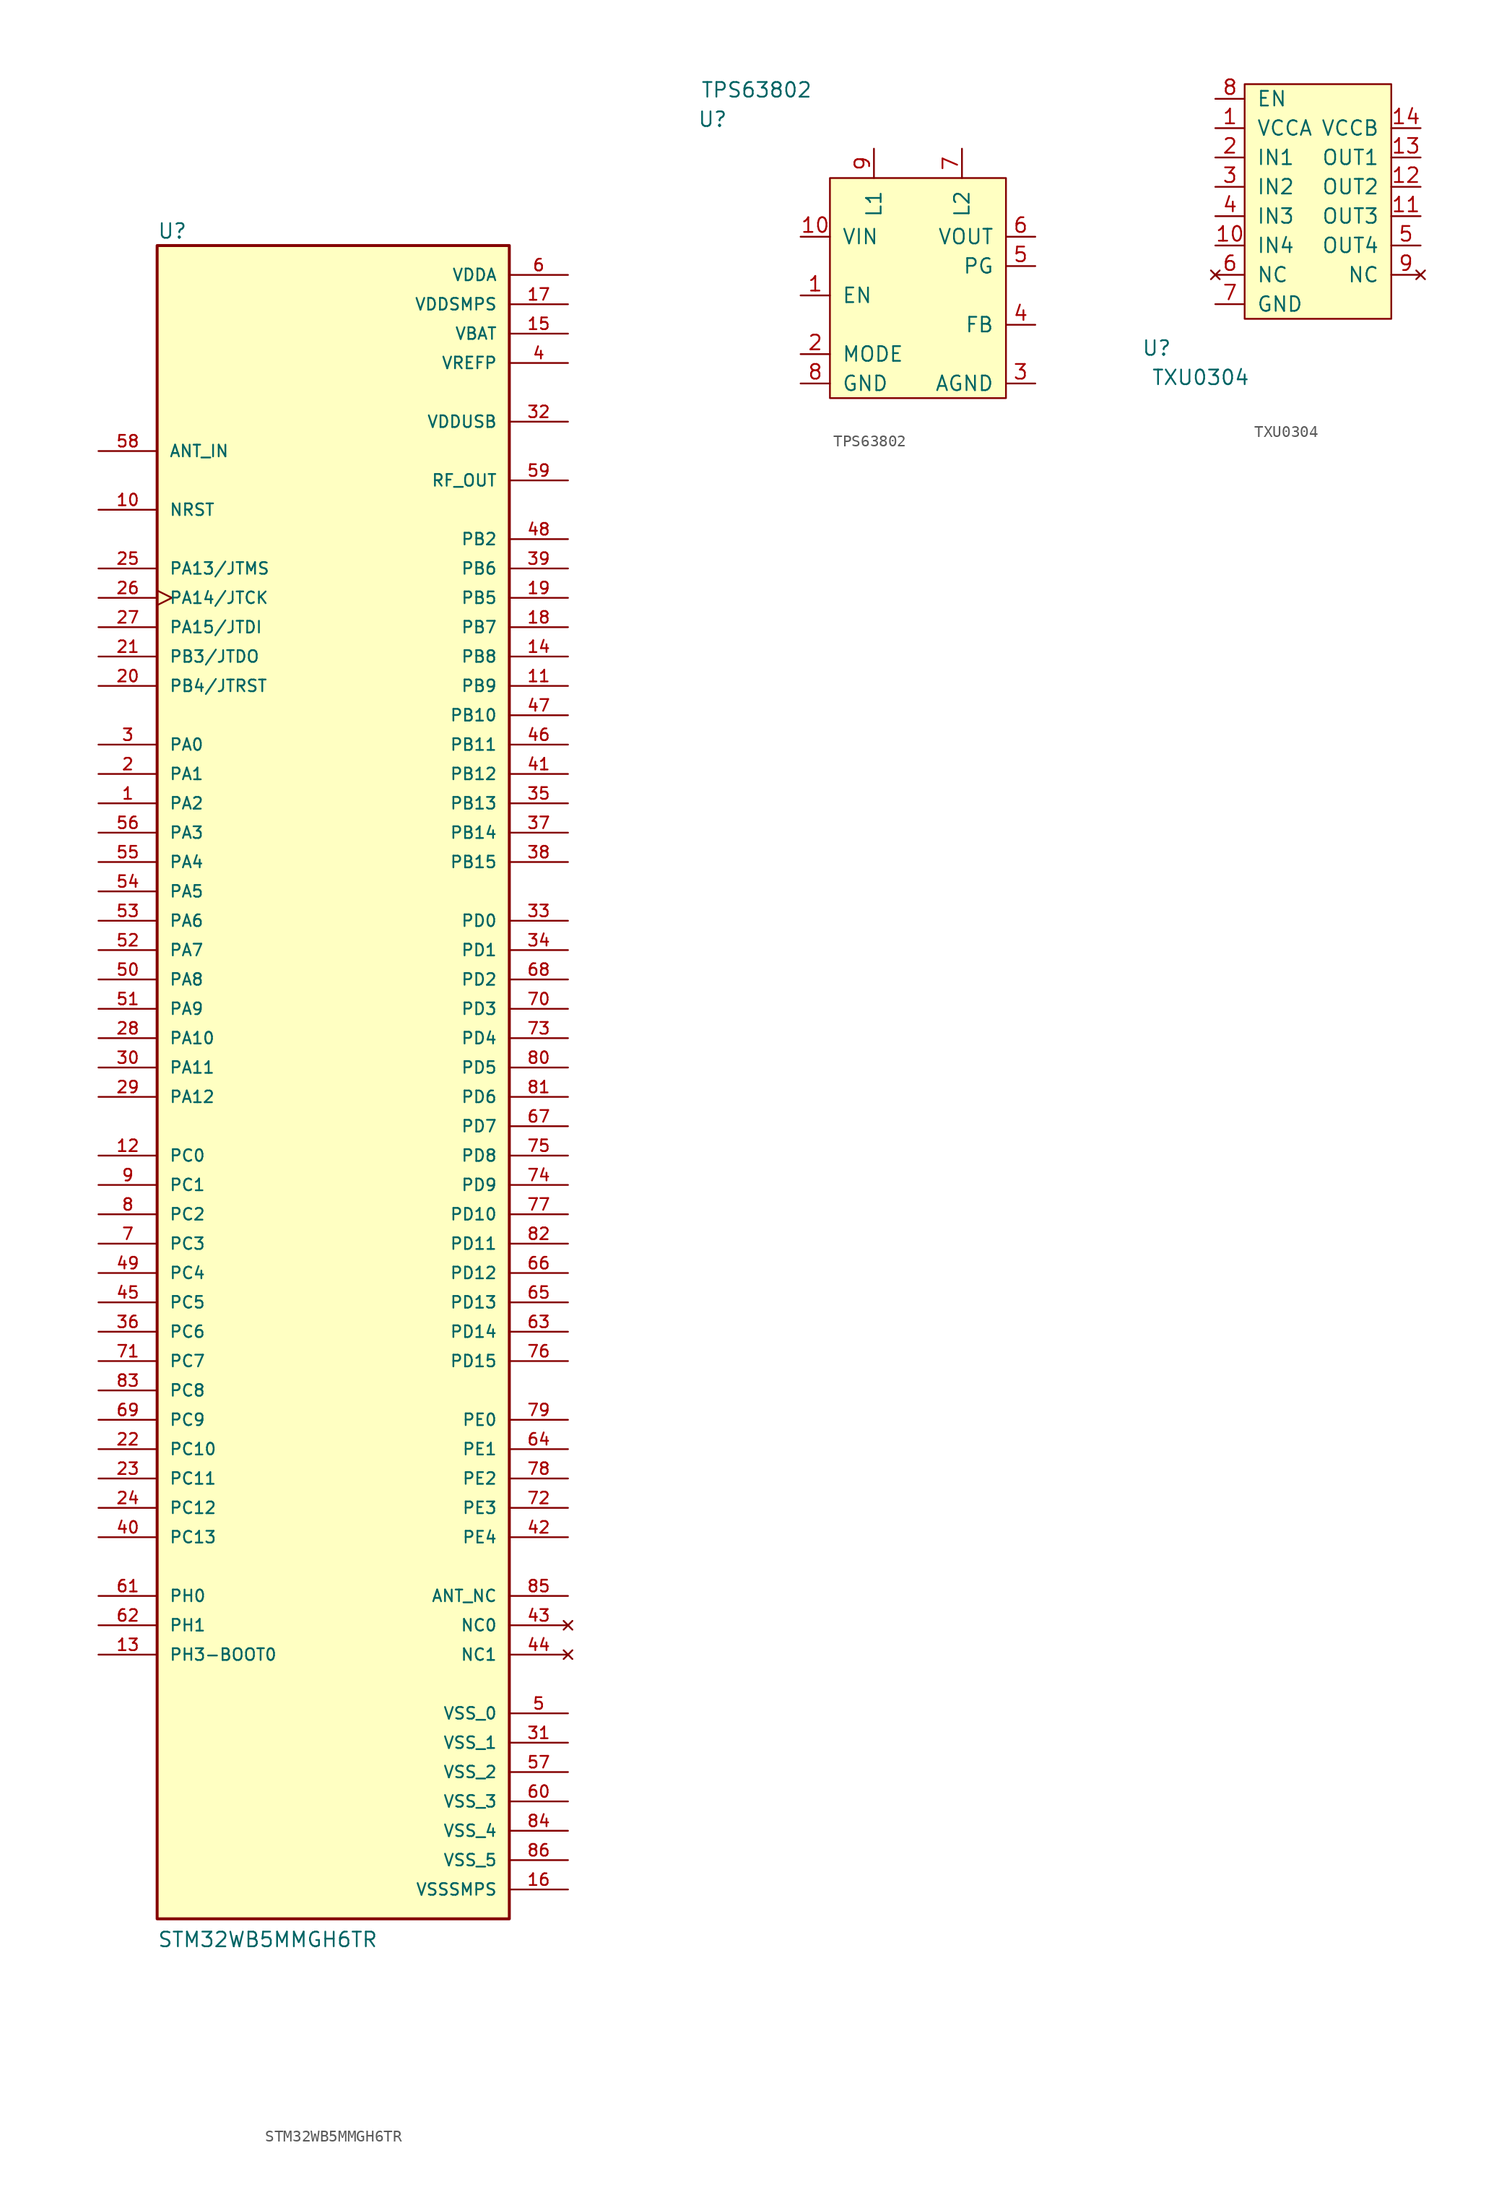
<source format=kicad_sym>
(kicad_symbol_lib
  (version 20220914)
  (generator kicad_symbol_editor)
  (symbol "STM32WB5MMGH6TR"
    (pin_names
      (offset 1.016))
    (property "Reference" "U"
      (at -15.24 71.628 0)
      (effects (font (size 1.27 1.27)) (justify left bottom)))
    (property "Value" "STM32WB5MMGH6TR"
      (at -15.24 -76.2 0)
      (effects (font (size 1.27 1.27)) (justify left bottom)))
    (symbol "STM32WB5MMGH6TR_0_0"
      (rectangle (start -15.24 -73.66) (end 15.24 71.12) (stroke (width 0.254) (type solid)) (fill (type background)))
      (pin bidirectional line (at -20.32 22.86 0) (length 5.08) (name "PA2" (effects (font (size 1.016 1.016)))) (number "1" (effects (font (size 1.016 1.016)))))
      (pin input line (at -20.32 48.26 0) (length 5.08) (name "NRST" (effects (font (size 1.016 1.016)))) (number "10" (effects (font (size 1.016 1.016)))))
      (pin bidirectional line (at 20.32 33.02 180) (length 5.08) (name "PB9" (effects (font (size 1.016 1.016)))) (number "11" (effects (font (size 1.016 1.016)))))
      (pin bidirectional line (at -20.32 -7.62 0) (length 5.08) (name "PC0" (effects (font (size 1.016 1.016)))) (number "12" (effects (font (size 1.016 1.016)))))
      (pin bidirectional line (at -20.32 -50.8 0) (length 5.08) (name "PH3-BOOT0" (effects (font (size 1.016 1.016)))) (number "13" (effects (font (size 1.016 1.016)))))
      (pin bidirectional line (at 20.32 35.56 180) (length 5.08) (name "PB8" (effects (font (size 1.016 1.016)))) (number "14" (effects (font (size 1.016 1.016)))))
      (pin power_in line (at 20.32 63.5 180) (length 5.08) (name "VBAT" (effects (font (size 1.016 1.016)))) (number "15" (effects (font (size 1.016 1.016)))))
      (pin power_in line (at 20.32 -71.12 180) (length 5.08) (name "VSSSMPS" (effects (font (size 1.016 1.016)))) (number "16" (effects (font (size 1.016 1.016)))))
      (pin power_in line (at 20.32 66.04 180) (length 5.08) (name "VDDSMPS" (effects (font (size 1.016 1.016)))) (number "17" (effects (font (size 1.016 1.016)))))
      (pin bidirectional line (at 20.32 38.1 180) (length 5.08) (name "PB7" (effects (font (size 1.016 1.016)))) (number "18" (effects (font (size 1.016 1.016)))))
      (pin bidirectional line (at 20.32 40.64 180) (length 5.08) (name "PB5" (effects (font (size 1.016 1.016)))) (number "19" (effects (font (size 1.016 1.016)))))
      (pin bidirectional line (at -20.32 25.4 0) (length 5.08) (name "PA1" (effects (font (size 1.016 1.016)))) (number "2" (effects (font (size 1.016 1.016)))))
      (pin input line (at -20.32 33.02 0) (length 5.08) (name "PB4/JTRST" (effects (font (size 1.016 1.016)))) (number "20" (effects (font (size 1.016 1.016)))))
      (pin output line (at -20.32 35.56 0) (length 5.08) (name "PB3/JTDO" (effects (font (size 1.016 1.016)))) (number "21" (effects (font (size 1.016 1.016)))))
      (pin bidirectional line (at -20.32 -33.02 0) (length 5.08) (name "PC10" (effects (font (size 1.016 1.016)))) (number "22" (effects (font (size 1.016 1.016)))))
      (pin bidirectional line (at -20.32 -35.56 0) (length 5.08) (name "PC11" (effects (font (size 1.016 1.016)))) (number "23" (effects (font (size 1.016 1.016)))))
      (pin bidirectional line (at -20.32 -38.1 0) (length 5.08) (name "PC12" (effects (font (size 1.016 1.016)))) (number "24" (effects (font (size 1.016 1.016)))))
      (pin input line (at -20.32 43.18 0) (length 5.08) (name "PA13/JTMS" (effects (font (size 1.016 1.016)))) (number "25" (effects (font (size 1.016 1.016)))))
      (pin input clock (at -20.32 40.64 0) (length 5.08) (name "PA14/JTCK" (effects (font (size 1.016 1.016)))) (number "26" (effects (font (size 1.016 1.016)))))
      (pin input line (at -20.32 38.1 0) (length 5.08) (name "PA15/JTDI" (effects (font (size 1.016 1.016)))) (number "27" (effects (font (size 1.016 1.016)))))
      (pin bidirectional line (at -20.32 2.54 0) (length 5.08) (name "PA10" (effects (font (size 1.016 1.016)))) (number "28" (effects (font (size 1.016 1.016)))))
      (pin bidirectional line (at -20.32 -2.54 0) (length 5.08) (name "PA12" (effects (font (size 1.016 1.016)))) (number "29" (effects (font (size 1.016 1.016)))))
      (pin bidirectional line (at -20.32 27.94 0) (length 5.08) (name "PA0" (effects (font (size 1.016 1.016)))) (number "3" (effects (font (size 1.016 1.016)))))
      (pin bidirectional line (at -20.32 0 0) (length 5.08) (name "PA11" (effects (font (size 1.016 1.016)))) (number "30" (effects (font (size 1.016 1.016)))))
      (pin power_in line (at 20.32 -58.42 180) (length 5.08) (name "VSS_1" (effects (font (size 1.016 1.016)))) (number "31" (effects (font (size 1.016 1.016)))))
      (pin power_in line (at 20.32 55.88 180) (length 5.08) (name "VDDUSB" (effects (font (size 1.016 1.016)))) (number "32" (effects (font (size 1.016 1.016)))))
      (pin bidirectional line (at 20.32 12.7 180) (length 5.08) (name "PD0" (effects (font (size 1.016 1.016)))) (number "33" (effects (font (size 1.016 1.016)))))
      (pin bidirectional line (at 20.32 10.16 180) (length 5.08) (name "PD1" (effects (font (size 1.016 1.016)))) (number "34" (effects (font (size 1.016 1.016)))))
      (pin bidirectional line (at 20.32 22.86 180) (length 5.08) (name "PB13" (effects (font (size 1.016 1.016)))) (number "35" (effects (font (size 1.016 1.016)))))
      (pin bidirectional line (at -20.32 -22.86 0) (length 5.08) (name "PC6" (effects (font (size 1.016 1.016)))) (number "36" (effects (font (size 1.016 1.016)))))
      (pin bidirectional line (at 20.32 20.32 180) (length 5.08) (name "PB14" (effects (font (size 1.016 1.016)))) (number "37" (effects (font (size 1.016 1.016)))))
      (pin bidirectional line (at 20.32 17.78 180) (length 5.08) (name "PB15" (effects (font (size 1.016 1.016)))) (number "38" (effects (font (size 1.016 1.016)))))
      (pin bidirectional line (at 20.32 43.18 180) (length 5.08) (name "PB6" (effects (font (size 1.016 1.016)))) (number "39" (effects (font (size 1.016 1.016)))))
      (pin power_in line (at 20.32 60.96 180) (length 5.08) (name "VREFP" (effects (font (size 1.016 1.016)))) (number "4" (effects (font (size 1.016 1.016)))))
      (pin bidirectional line (at -20.32 -40.64 0) (length 5.08) (name "PC13" (effects (font (size 1.016 1.016)))) (number "40" (effects (font (size 1.016 1.016)))))
      (pin bidirectional line (at 20.32 25.4 180) (length 5.08) (name "PB12" (effects (font (size 1.016 1.016)))) (number "41" (effects (font (size 1.016 1.016)))))
      (pin bidirectional line (at 20.32 -40.64 180) (length 5.08) (name "PE4" (effects (font (size 1.016 1.016)))) (number "42" (effects (font (size 1.016 1.016)))))
      (pin no_connect line (at 20.32 -48.26 180) (length 5.08) (name "NC0" (effects (font (size 1.016 1.016)))) (number "43" (effects (font (size 1.016 1.016)))))
      (pin no_connect line (at 20.32 -50.8 180) (length 5.08) (name "NC1" (effects (font (size 1.016 1.016)))) (number "44" (effects (font (size 1.016 1.016)))))
      (pin bidirectional line (at -20.32 -20.32 0) (length 5.08) (name "PC5" (effects (font (size 1.016 1.016)))) (number "45" (effects (font (size 1.016 1.016)))))
      (pin bidirectional line (at 20.32 27.94 180) (length 5.08) (name "PB11" (effects (font (size 1.016 1.016)))) (number "46" (effects (font (size 1.016 1.016)))))
      (pin bidirectional line (at 20.32 30.48 180) (length 5.08) (name "PB10" (effects (font (size 1.016 1.016)))) (number "47" (effects (font (size 1.016 1.016)))))
      (pin bidirectional line (at 20.32 45.72 180) (length 5.08) (name "PB2" (effects (font (size 1.016 1.016)))) (number "48" (effects (font (size 1.016 1.016)))))
      (pin bidirectional line (at -20.32 -17.78 0) (length 5.08) (name "PC4" (effects (font (size 1.016 1.016)))) (number "49" (effects (font (size 1.016 1.016)))))
      (pin power_in line (at 20.32 -55.88 180) (length 5.08) (name "VSS_0" (effects (font (size 1.016 1.016)))) (number "5" (effects (font (size 1.016 1.016)))))
      (pin bidirectional line (at -20.32 7.62 0) (length 5.08) (name "PA8" (effects (font (size 1.016 1.016)))) (number "50" (effects (font (size 1.016 1.016)))))
      (pin bidirectional line (at -20.32 5.08 0) (length 5.08) (name "PA9" (effects (font (size 1.016 1.016)))) (number "51" (effects (font (size 1.016 1.016)))))
      (pin bidirectional line (at -20.32 10.16 0) (length 5.08) (name "PA7" (effects (font (size 1.016 1.016)))) (number "52" (effects (font (size 1.016 1.016)))))
      (pin bidirectional line (at -20.32 12.7 0) (length 5.08) (name "PA6" (effects (font (size 1.016 1.016)))) (number "53" (effects (font (size 1.016 1.016)))))
      (pin bidirectional line (at -20.32 15.24 0) (length 5.08) (name "PA5" (effects (font (size 1.016 1.016)))) (number "54" (effects (font (size 1.016 1.016)))))
      (pin bidirectional line (at -20.32 17.78 0) (length 5.08) (name "PA4" (effects (font (size 1.016 1.016)))) (number "55" (effects (font (size 1.016 1.016)))))
      (pin bidirectional line (at -20.32 20.32 0) (length 5.08) (name "PA3" (effects (font (size 1.016 1.016)))) (number "56" (effects (font (size 1.016 1.016)))))
      (pin power_in line (at 20.32 -60.96 180) (length 5.08) (name "VSS_2" (effects (font (size 1.016 1.016)))) (number "57" (effects (font (size 1.016 1.016)))))
      (pin input line (at -20.32 53.34 0) (length 5.08) (name "ANT_IN" (effects (font (size 1.016 1.016)))) (number "58" (effects (font (size 1.016 1.016)))))
      (pin output line (at 20.32 50.8 180) (length 5.08) (name "RF_OUT" (effects (font (size 1.016 1.016)))) (number "59" (effects (font (size 1.016 1.016)))))
      (pin power_in line (at 20.32 68.58 180) (length 5.08) (name "VDDA" (effects (font (size 1.016 1.016)))) (number "6" (effects (font (size 1.016 1.016)))))
      (pin power_in line (at 20.32 -63.5 180) (length 5.08) (name "VSS_3" (effects (font (size 1.016 1.016)))) (number "60" (effects (font (size 1.016 1.016)))))
      (pin bidirectional line (at -20.32 -45.72 0) (length 5.08) (name "PH0" (effects (font (size 1.016 1.016)))) (number "61" (effects (font (size 1.016 1.016)))))
      (pin bidirectional line (at -20.32 -48.26 0) (length 5.08) (name "PH1" (effects (font (size 1.016 1.016)))) (number "62" (effects (font (size 1.016 1.016)))))
      (pin bidirectional line (at 20.32 -22.86 180) (length 5.08) (name "PD14" (effects (font (size 1.016 1.016)))) (number "63" (effects (font (size 1.016 1.016)))))
      (pin bidirectional line (at 20.32 -33.02 180) (length 5.08) (name "PE1" (effects (font (size 1.016 1.016)))) (number "64" (effects (font (size 1.016 1.016)))))
      (pin bidirectional line (at 20.32 -20.32 180) (length 5.08) (name "PD13" (effects (font (size 1.016 1.016)))) (number "65" (effects (font (size 1.016 1.016)))))
      (pin bidirectional line (at 20.32 -17.78 180) (length 5.08) (name "PD12" (effects (font (size 1.016 1.016)))) (number "66" (effects (font (size 1.016 1.016)))))
      (pin bidirectional line (at 20.32 -5.08 180) (length 5.08) (name "PD7" (effects (font (size 1.016 1.016)))) (number "67" (effects (font (size 1.016 1.016)))))
      (pin bidirectional line (at 20.32 7.62 180) (length 5.08) (name "PD2" (effects (font (size 1.016 1.016)))) (number "68" (effects (font (size 1.016 1.016)))))
      (pin bidirectional line (at -20.32 -30.48 0) (length 5.08) (name "PC9" (effects (font (size 1.016 1.016)))) (number "69" (effects (font (size 1.016 1.016)))))
      (pin bidirectional line (at -20.32 -15.24 0) (length 5.08) (name "PC3" (effects (font (size 1.016 1.016)))) (number "7" (effects (font (size 1.016 1.016)))))
      (pin bidirectional line (at 20.32 5.08 180) (length 5.08) (name "PD3" (effects (font (size 1.016 1.016)))) (number "70" (effects (font (size 1.016 1.016)))))
      (pin bidirectional line (at -20.32 -25.4 0) (length 5.08) (name "PC7" (effects (font (size 1.016 1.016)))) (number "71" (effects (font (size 1.016 1.016)))))
      (pin bidirectional line (at 20.32 -38.1 180) (length 5.08) (name "PE3" (effects (font (size 1.016 1.016)))) (number "72" (effects (font (size 1.016 1.016)))))
      (pin bidirectional line (at 20.32 2.54 180) (length 5.08) (name "PD4" (effects (font (size 1.016 1.016)))) (number "73" (effects (font (size 1.016 1.016)))))
      (pin bidirectional line (at 20.32 -10.16 180) (length 5.08) (name "PD9" (effects (font (size 1.016 1.016)))) (number "74" (effects (font (size 1.016 1.016)))))
      (pin bidirectional line (at 20.32 -7.62 180) (length 5.08) (name "PD8" (effects (font (size 1.016 1.016)))) (number "75" (effects (font (size 1.016 1.016)))))
      (pin bidirectional line (at 20.32 -25.4 180) (length 5.08) (name "PD15" (effects (font (size 1.016 1.016)))) (number "76" (effects (font (size 1.016 1.016)))))
      (pin bidirectional line (at 20.32 -12.7 180) (length 5.08) (name "PD10" (effects (font (size 1.016 1.016)))) (number "77" (effects (font (size 1.016 1.016)))))
      (pin bidirectional line (at 20.32 -35.56 180) (length 5.08) (name "PE2" (effects (font (size 1.016 1.016)))) (number "78" (effects (font (size 1.016 1.016)))))
      (pin bidirectional line (at 20.32 -30.48 180) (length 5.08) (name "PE0" (effects (font (size 1.016 1.016)))) (number "79" (effects (font (size 1.016 1.016)))))
      (pin bidirectional line (at -20.32 -12.7 0) (length 5.08) (name "PC2" (effects (font (size 1.016 1.016)))) (number "8" (effects (font (size 1.016 1.016)))))
      (pin bidirectional line (at 20.32 0 180) (length 5.08) (name "PD5" (effects (font (size 1.016 1.016)))) (number "80" (effects (font (size 1.016 1.016)))))
      (pin bidirectional line (at 20.32 -2.54 180) (length 5.08) (name "PD6" (effects (font (size 1.016 1.016)))) (number "81" (effects (font (size 1.016 1.016)))))
      (pin bidirectional line (at 20.32 -15.24 180) (length 5.08) (name "PD11" (effects (font (size 1.016 1.016)))) (number "82" (effects (font (size 1.016 1.016)))))
      (pin bidirectional line (at -20.32 -27.94 0) (length 5.08) (name "PC8" (effects (font (size 1.016 1.016)))) (number "83" (effects (font (size 1.016 1.016)))))
      (pin power_in line (at 20.32 -66.04 180) (length 5.08) (name "VSS_4" (effects (font (size 1.016 1.016)))) (number "84" (effects (font (size 1.016 1.016)))))
      (pin passive line (at 20.32 -45.72 180) (length 5.08) (name "ANT_NC" (effects (font (size 1.016 1.016)))) (number "85" (effects (font (size 1.016 1.016)))))
      (pin power_in line (at 20.32 -68.58 180) (length 5.08) (name "VSS_5" (effects (font (size 1.016 1.016)))) (number "86" (effects (font (size 1.016 1.016)))))
      (pin bidirectional line (at -20.32 -10.16 0) (length 5.08) (name "PC1" (effects (font (size 1.016 1.016)))) (number "9" (effects (font (size 1.016 1.016)))))))
  (symbol "TPS63802"
    (pin_names
      (offset 1.016))
    (property "Reference" "U"
      (at -10.16 24.13 0)
      (effects (font (size 1.27 1.27))))
    (property "Value" "TPS63802"
      (at -6.35 26.67 0)
      (effects (font (size 1.27 1.27))))
    (symbol "TPS63802_0_1"
      (rectangle (start 0 0) (end 15.24 19.05) (stroke (width 0) (type solid)) (fill (type background))))
    (symbol "TPS63802_1_1"
      (pin input line (at -2.54 8.89 0) (length 2.54) (name "EN" (effects (font (size 1.27 1.27)))) (number "1" (effects (font (size 1.27 1.27)))))
      (pin input line (at -2.54 13.97 0) (length 2.54) (name "VIN" (effects (font (size 1.27 1.27)))) (number "10" (effects (font (size 1.27 1.27)))))
      (pin input line (at -2.54 3.81 0) (length 2.54) (name "MODE" (effects (font (size 1.27 1.27)))) (number "2" (effects (font (size 1.27 1.27)))))
      (pin input line (at 17.78 1.27 180) (length 2.54) (name "AGND" (effects (font (size 1.27 1.27)))) (number "3" (effects (font (size 1.27 1.27)))))
      (pin input line (at 17.78 6.35 180) (length 2.54) (name "FB" (effects (font (size 1.27 1.27)))) (number "4" (effects (font (size 1.27 1.27)))))
      (pin input line (at 17.78 11.43 180) (length 2.54) (name "PG" (effects (font (size 1.27 1.27)))) (number "5" (effects (font (size 1.27 1.27)))))
      (pin input line (at 17.78 13.97 180) (length 2.54) (name "VOUT" (effects (font (size 1.27 1.27)))) (number "6" (effects (font (size 1.27 1.27)))))
      (pin input line (at 11.43 21.59 270) (length 2.54) (name "L2" (effects (font (size 1.27 1.27)))) (number "7" (effects (font (size 1.27 1.27)))))
      (pin input line (at -2.54 1.27 0) (length 2.54) (name "GND" (effects (font (size 1.27 1.27)))) (number "8" (effects (font (size 1.27 1.27)))))
      (pin input line (at 3.81 21.59 270) (length 2.54) (name "L1" (effects (font (size 1.27 1.27)))) (number "9" (effects (font (size 1.27 1.27)))))))
  (symbol "TXU0304"
    (pin_names
      (offset 1.016))
    (property "Reference" "U"
      (at -7.62 -2.54 0)
      (effects (font (size 1.27 1.27))))
    (property "Value" "TXU0304"
      (at -3.81 -5.08 0)
      (effects (font (size 1.27 1.27))))
    (symbol "TXU0304_0_1"
      (rectangle (start 0 0) (end 12.7 20.32) (stroke (width 0) (type solid)) (fill (type background))))
    (symbol "TXU0304_1_1"
      (pin input line (at -2.54 16.51 0) (length 2.54) (name "VCCA" (effects (font (size 1.27 1.27)))) (number "1" (effects (font (size 1.27 1.27)))))
      (pin input line (at -2.54 6.35 0) (length 2.54) (name "IN4" (effects (font (size 1.27 1.27)))) (number "10" (effects (font (size 1.27 1.27)))))
      (pin input line (at 15.24 8.89 180) (length 2.54) (name "OUT3" (effects (font (size 1.27 1.27)))) (number "11" (effects (font (size 1.27 1.27)))))
      (pin input line (at 15.24 11.43 180) (length 2.54) (name "OUT2" (effects (font (size 1.27 1.27)))) (number "12" (effects (font (size 1.27 1.27)))))
      (pin input line (at 15.24 13.97 180) (length 2.54) (name "OUT1" (effects (font (size 1.27 1.27)))) (number "13" (effects (font (size 1.27 1.27)))))
      (pin input line (at 15.24 16.51 180) (length 2.54) (name "VCCB" (effects (font (size 1.27 1.27)))) (number "14" (effects (font (size 1.27 1.27)))))
      (pin input line (at -2.54 13.97 0) (length 2.54) (name "IN1" (effects (font (size 1.27 1.27)))) (number "2" (effects (font (size 1.27 1.27)))))
      (pin input line (at -2.54 11.43 0) (length 2.54) (name "IN2" (effects (font (size 1.27 1.27)))) (number "3" (effects (font (size 1.27 1.27)))))
      (pin input line (at -2.54 8.89 0) (length 2.54) (name "IN3" (effects (font (size 1.27 1.27)))) (number "4" (effects (font (size 1.27 1.27)))))
      (pin input line (at 15.24 6.35 180) (length 2.54) (name "OUT4" (effects (font (size 1.27 1.27)))) (number "5" (effects (font (size 1.27 1.27)))))
      (pin no_connect line (at -2.54 3.81 0) (length 2.54) (name "NC" (effects (font (size 1.27 1.27)))) (number "6" (effects (font (size 1.27 1.27)))))
      (pin input line (at -2.54 1.27 0) (length 2.54) (name "GND" (effects (font (size 1.27 1.27)))) (number "7" (effects (font (size 1.27 1.27)))))
      (pin input line (at -2.54 19.05 0) (length 2.54) (name "EN" (effects (font (size 1.27 1.27)))) (number "8" (effects (font (size 1.27 1.27)))))
      (pin no_connect line (at 15.24 3.81 180) (length 2.54) (name "NC" (effects (font (size 1.27 1.27)))) (number "9" (effects (font (size 1.27 1.27))))))))
</source>
